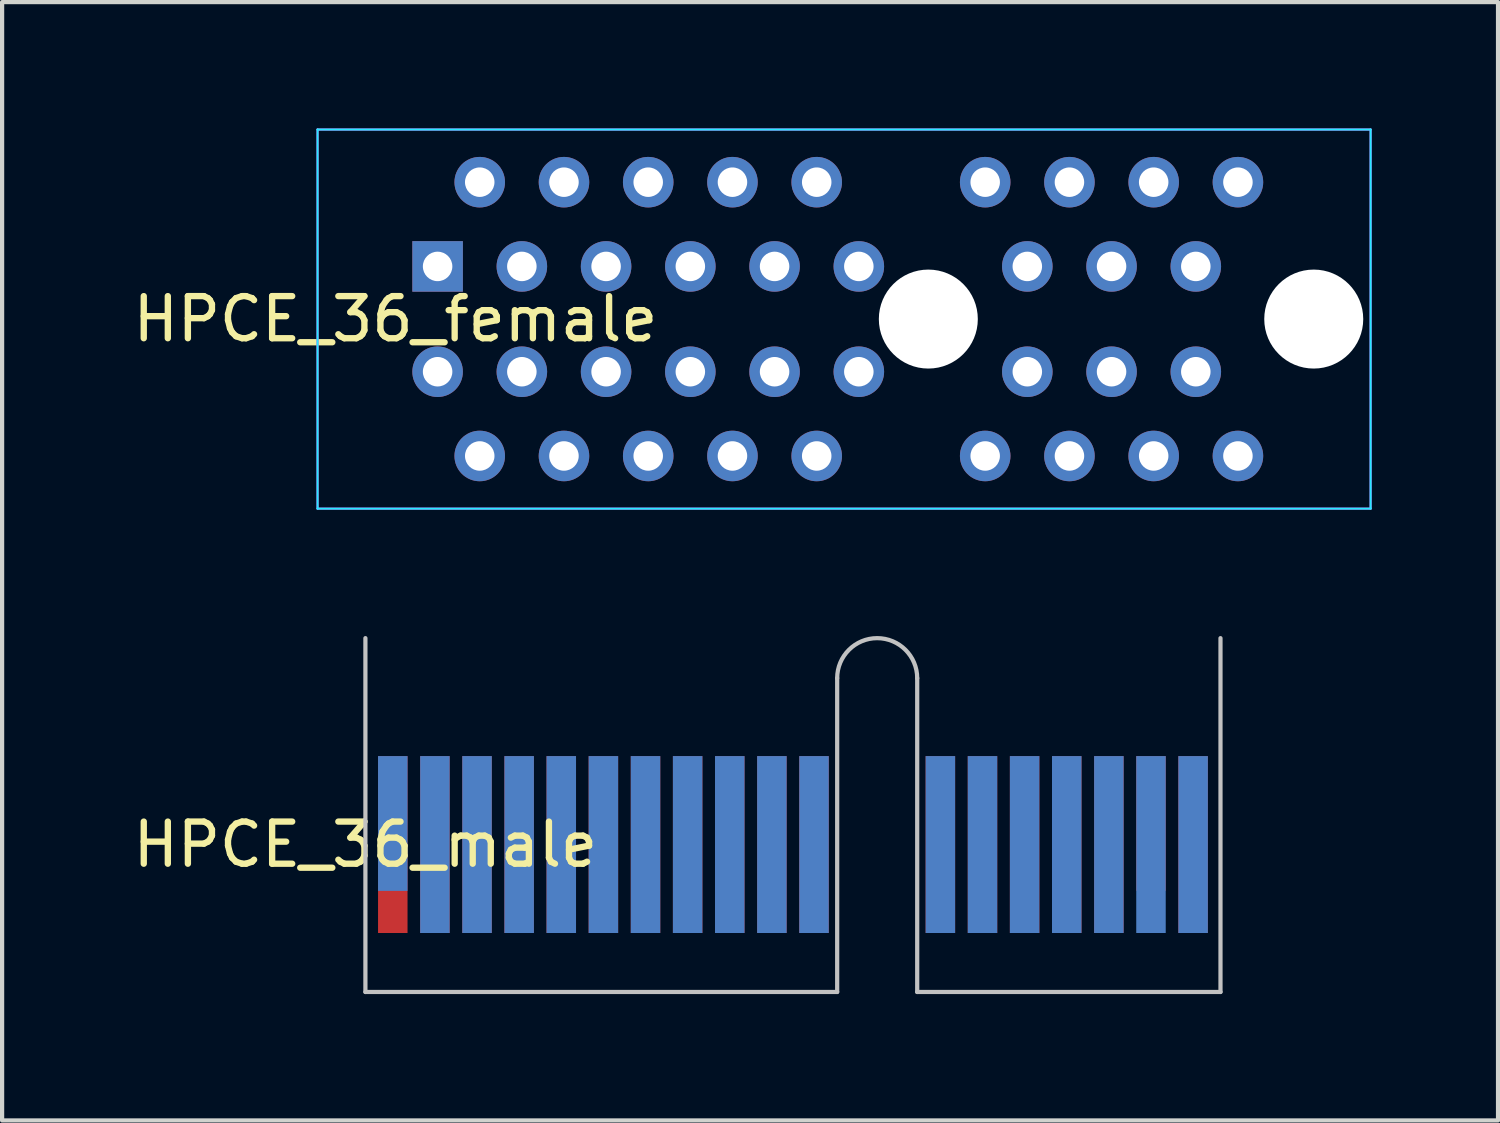
<source format=kicad_pcb>
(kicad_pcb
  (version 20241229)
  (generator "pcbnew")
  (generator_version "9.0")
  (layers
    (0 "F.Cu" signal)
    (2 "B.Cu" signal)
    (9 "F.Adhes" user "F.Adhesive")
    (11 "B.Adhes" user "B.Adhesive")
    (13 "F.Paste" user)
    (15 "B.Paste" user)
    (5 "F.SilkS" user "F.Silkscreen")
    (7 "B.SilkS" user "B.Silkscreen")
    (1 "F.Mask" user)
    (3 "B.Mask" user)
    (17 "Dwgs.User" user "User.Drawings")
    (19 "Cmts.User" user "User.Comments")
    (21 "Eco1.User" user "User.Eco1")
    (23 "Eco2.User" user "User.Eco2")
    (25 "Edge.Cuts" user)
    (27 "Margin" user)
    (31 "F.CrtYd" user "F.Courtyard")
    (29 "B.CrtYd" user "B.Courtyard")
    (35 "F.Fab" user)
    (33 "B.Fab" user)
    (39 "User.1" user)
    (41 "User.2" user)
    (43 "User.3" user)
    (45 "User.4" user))
  (footprint "HPCE_36_female"
    (layer "F.Cu")
    (at 6.339 4.525)
    (property "Reference" "HPCE_36_female" (at 0 0 0) (layer "F.SilkS") (effects (font (size 1 1) (thickness 0.15))))
    (attr through_hole)
    (fp_line (start -1.85 -4.5) (end -1.85 4.5) (stroke (width 0.05) (type solid)) (layer "B.CrtYd"))
    (fp_line (start -1.85 4.5) (end 23.15 4.5) (stroke (width 0.05) (type solid)) (layer "B.CrtYd"))
    (fp_line (start 23.15 -4.5) (end -1.85 -4.5) (stroke (width 0.05) (type solid)) (layer "B.CrtYd"))
    (fp_line (start 23.15 4.5) (end 23.15 -4.5) (stroke (width 0.05) (type solid)) (layer "B.CrtYd"))
    (fp_line (start -1.85 -4.5) (end -1.85 4.5) (stroke (width 0.05) (type solid)) (layer "F.CrtYd"))
    (fp_line (start -1.85 4.5) (end 23.15 4.5) (stroke (width 0.05) (type solid)) (layer "F.CrtYd"))
    (fp_line (start 23.15 -4.5) (end -1.85 -4.5) (stroke (width 0.05) (type solid)) (layer "F.CrtYd"))
    (fp_line (start 23.15 4.5) (end 23.15 -4.5) (stroke (width 0.05) (type solid)) (layer "F.CrtYd"))
    (pad "" np_thru_hole circle (at 12.65 0) (size 2.35 2.35) (drill 2.35) (layers "*.Cu" "*.Mask"))
    (pad "" np_thru_hole circle (at 21.8 0) (size 2.35 2.35) (drill 2.35) (layers "*.Cu" "*.Mask"))
    (pad "A1" thru_hole rect (at 1 -1.25) (size 1.2 1.2) (drill 0.7) (layers "*.Cu" "*.Mask"))
    (pad "A2" thru_hole circle (at 2 -3.25) (size 1.2 1.2) (drill 0.7) (layers "*.Cu" "*.Mask"))
    (pad "A3" thru_hole circle (at 3 -1.25) (size 1.2 1.2) (drill 0.7) (layers "*.Cu" "*.Mask"))
    (pad "A4" thru_hole circle (at 4 -3.25) (size 1.2 1.2) (drill 0.7) (layers "*.Cu" "*.Mask"))
    (pad "A5" thru_hole circle (at 5 -1.25) (size 1.2 1.2) (drill 0.7) (layers "*.Cu" "*.Mask"))
    (pad "A6" thru_hole circle (at 6 -3.25) (size 1.2 1.2) (drill 0.7) (layers "*.Cu" "*.Mask"))
    (pad "A7" thru_hole circle (at 7 -1.25) (size 1.2 1.2) (drill 0.7) (layers "*.Cu" "*.Mask"))
    (pad "A8" thru_hole circle (at 8 -3.25) (size 1.2 1.2) (drill 0.7) (layers "*.Cu" "*.Mask"))
    (pad "A9" thru_hole circle (at 9 -1.25) (size 1.2 1.2) (drill 0.7) (layers "*.Cu" "*.Mask"))
    (pad "A10" thru_hole circle (at 10 -3.25) (size 1.2 1.2) (drill 0.7) (layers "*.Cu" "*.Mask"))
    (pad "A11" thru_hole circle (at 11 -1.25) (size 1.2 1.2) (drill 0.7) (layers "*.Cu" "*.Mask"))
    (pad "A12" thru_hole circle (at 14 -3.25) (size 1.2 1.2) (drill 0.7) (layers "*.Cu" "*.Mask"))
    (pad "A13" thru_hole circle (at 15 -1.25) (size 1.2 1.2) (drill 0.7) (layers "*.Cu" "*.Mask"))
    (pad "A14" thru_hole circle (at 16 -3.25) (size 1.2 1.2) (drill 0.7) (layers "*.Cu" "*.Mask"))
    (pad "A15" thru_hole circle (at 17 -1.25) (size 1.2 1.2) (drill 0.7) (layers "*.Cu" "*.Mask"))
    (pad "A16" thru_hole circle (at 18 -3.25) (size 1.2 1.2) (drill 0.7) (layers "*.Cu" "*.Mask"))
    (pad "A17" thru_hole circle (at 19 -1.25) (size 1.2 1.2) (drill 0.7) (layers "*.Cu" "*.Mask"))
    (pad "A18" thru_hole circle (at 20 -3.25) (size 1.2 1.2) (drill 0.7) (layers "*.Cu" "*.Mask"))
    (pad "B1" thru_hole circle (at 1 1.25) (size 1.2 1.2) (drill 0.7) (layers "*.Cu" "*.Mask"))
    (pad "B2" thru_hole circle (at 2 3.25) (size 1.2 1.2) (drill 0.7) (layers "*.Cu" "*.Mask"))
    (pad "B3" thru_hole circle (at 3 1.25) (size 1.2 1.2) (drill 0.7) (layers "*.Cu" "*.Mask"))
    (pad "B4" thru_hole circle (at 4 3.25) (size 1.2 1.2) (drill 0.7) (layers "*.Cu" "*.Mask"))
    (pad "B5" thru_hole circle (at 5 1.25) (size 1.2 1.2) (drill 0.7) (layers "*.Cu" "*.Mask"))
    (pad "B6" thru_hole circle (at 6 3.25) (size 1.2 1.2) (drill 0.7) (layers "*.Cu" "*.Mask"))
    (pad "B7" thru_hole circle (at 7 1.25) (size 1.2 1.2) (drill 0.7) (layers "*.Cu" "*.Mask"))
    (pad "B8" thru_hole circle (at 8 3.25) (size 1.2 1.2) (drill 0.7) (layers "*.Cu" "*.Mask"))
    (pad "B9" thru_hole circle (at 9 1.25) (size 1.2 1.2) (drill 0.7) (layers "*.Cu" "*.Mask"))
    (pad "B10" thru_hole circle (at 10 3.25) (size 1.2 1.2) (drill 0.7) (layers "*.Cu" "*.Mask"))
    (pad "B11" thru_hole circle (at 11 1.25) (size 1.2 1.2) (drill 0.7) (layers "*.Cu" "*.Mask"))
    (pad "B12" thru_hole circle (at 14 3.25) (size 1.2 1.2) (drill 0.7) (layers "*.Cu" "*.Mask"))
    (pad "B13" thru_hole circle (at 15 1.25) (size 1.2 1.2) (drill 0.7) (layers "*.Cu" "*.Mask"))
    (pad "B14" thru_hole circle (at 16 3.25) (size 1.2 1.2) (drill 0.7) (layers "*.Cu" "*.Mask"))
    (pad "B15" thru_hole circle (at 17 1.25) (size 1.2 1.2) (drill 0.7) (layers "*.Cu" "*.Mask"))
    (pad "B16" thru_hole circle (at 18 3.25) (size 1.2 1.2) (drill 0.7) (layers "*.Cu" "*.Mask"))
    (pad "B17" thru_hole circle (at 19 1.25) (size 1.2 1.2) (drill 0.7) (layers "*.Cu" "*.Mask"))
    (pad "B18" thru_hole circle (at 20 3.25) (size 1.2 1.2) (drill 0.7) (layers "*.Cu" "*.Mask")))
  (footprint "HPCE_36_male"
    (layer "F.Cu")
    (at 5.625 17)
    (property "Reference" "HPCE_36_male" (at 0 0 0) (layer "F.SilkS") (effects (font (size 1 1) (thickness 0.15))))
    (attr through_hole)
    (fp_line (start 0 3.5) (end 0 -4.9) (stroke (width 0.1) (type solid)) (layer "Dwgs.User"))
    (fp_line (start 0 3.5) (end 11.2 3.5) (stroke (width 0.1) (type solid)) (layer "Dwgs.User"))
    (fp_line (start 11.2 3.5) (end 11.2 -3.95) (stroke (width 0.1) (type solid)) (layer "Dwgs.User"))
    (fp_line (start 13.1 3.5) (end 13.1 -3.95) (stroke (width 0.1) (type solid)) (layer "Dwgs.User"))
    (fp_line (start 13.1 3.5) (end 20.3 3.5) (stroke (width 0.1) (type solid)) (layer "Dwgs.User"))
    (fp_line (start 20.3 3.5) (end 20.3 -4.9) (stroke (width 0.1) (type solid)) (layer "Dwgs.User"))
    (fp_arc (start 11.2 -3.95) (mid 12.15 -4.9) (end 13.1 -3.95) (stroke (width 0.1) (type solid)) (layer "Dwgs.User"))
    (pad "A1" smd rect (at 0.65 -0.5) (size 0.7 3.2) (layers "B.Cu" "B.Mask"))
    (pad "A2" smd rect (at 1.65 0) (size 0.7 4.2) (layers "B.Cu" "B.Mask"))
    (pad "A3" smd rect (at 2.65 0) (size 0.7 4.2) (layers "B.Cu" "B.Mask"))
    (pad "A4" smd rect (at 3.65 0) (size 0.7 4.2) (layers "B.Cu" "B.Mask"))
    (pad "A5" smd rect (at 4.65 0) (size 0.7 4.2) (layers "B.Cu" "B.Mask"))
    (pad "A6" smd rect (at 5.65 0) (size 0.7 4.2) (layers "B.Cu" "B.Mask"))
    (pad "A7" smd rect (at 6.65 0) (size 0.7 4.2) (layers "B.Cu" "B.Mask"))
    (pad "A8" smd rect (at 7.65 0) (size 0.7 4.2) (layers "B.Cu" "B.Mask"))
    (pad "A9" smd rect (at 8.65 0) (size 0.7 4.2) (layers "B.Cu" "B.Mask"))
    (pad "A10" smd rect (at 9.65 0) (size 0.7 4.2) (layers "B.Cu" "B.Mask"))
    (pad "A11" smd rect (at 10.65 0) (size 0.7 4.2) (layers "B.Cu" "B.Mask"))
    (pad "A12" smd rect (at 13.65 0) (size 0.7 4.2) (layers "B.Cu" "B.Mask"))
    (pad "A13" smd rect (at 14.65 0) (size 0.7 4.2) (layers "B.Cu" "B.Mask"))
    (pad "A14" smd rect (at 15.65 0) (size 0.7 4.2) (layers "B.Cu" "B.Mask"))
    (pad "A15" smd rect (at 16.65 0) (size 0.7 4.2) (layers "B.Cu" "B.Mask"))
    (pad "A16" smd rect (at 17.65 0) (size 0.7 4.2) (layers "B.Cu" "B.Mask"))
    (pad "A17" smd rect (at 18.65 0) (size 0.7 4.2) (layers "B.Cu" "B.Mask"))
    (pad "A18" smd rect (at 19.65 0) (size 0.7 4.2) (layers "B.Cu" "B.Mask"))
    (pad "B1" smd rect (at 0.65 0) (size 0.7 4.2) (layers "F.Cu" "F.Mask"))
    (pad "B2" smd rect (at 1.65 0) (size 0.7 4.2) (layers "F.Cu" "F.Mask"))
    (pad "B3" smd rect (at 2.65 0) (size 0.7 4.2) (layers "F.Cu" "F.Mask"))
    (pad "B4" smd rect (at 3.65 0) (size 0.7 4.2) (layers "F.Cu" "F.Mask"))
    (pad "B5" smd rect (at 4.65 0) (size 0.7 4.2) (layers "F.Cu" "F.Mask"))
    (pad "B6" smd rect (at 5.65 0) (size 0.7 4.2) (layers "F.Cu" "F.Mask"))
    (pad "B7" smd rect (at 6.65 0) (size 0.7 4.2) (layers "F.Cu" "F.Mask"))
    (pad "B8" smd rect (at 7.65 0) (size 0.7 4.2) (layers "F.Cu" "F.Mask"))
    (pad "B9" smd rect (at 8.65 0) (size 0.7 4.2) (layers "F.Cu" "F.Mask"))
    (pad "B10" smd rect (at 9.65 0) (size 0.7 4.2) (layers "F.Cu" "F.Mask"))
    (pad "B11" smd rect (at 10.65 0) (size 0.7 4.2) (layers "F.Cu" "F.Mask"))
    (pad "B12" smd rect (at 13.65 0) (size 0.7 4.2) (layers "F.Cu" "F.Mask"))
    (pad "B13" smd rect (at 14.65 0) (size 0.7 4.2) (layers "F.Cu" "F.Mask"))
    (pad "B14" smd rect (at 15.65 0) (size 0.7 4.2) (layers "F.Cu" "F.Mask"))
    (pad "B15" smd rect (at 16.65 0) (size 0.7 4.2) (layers "F.Cu" "F.Mask"))
    (pad "B16" smd rect (at 17.65 0) (size 0.7 4.2) (layers "F.Cu" "F.Mask"))
    (pad "B17" smd rect (at 18.65 -0.5) (size 0.7 3.2) (layers "F.Cu" "F.Mask"))
    (pad "B18" smd rect (at 19.65 0) (size 0.7 4.2) (layers "F.Cu" "F.Mask")))
  (gr_rect
    (start -3 -3)
    (end 32.514 23.55)
    (stroke (width 0.1) (type default))
    (fill no)
    (layer "Edge.Cuts")))
</source>
